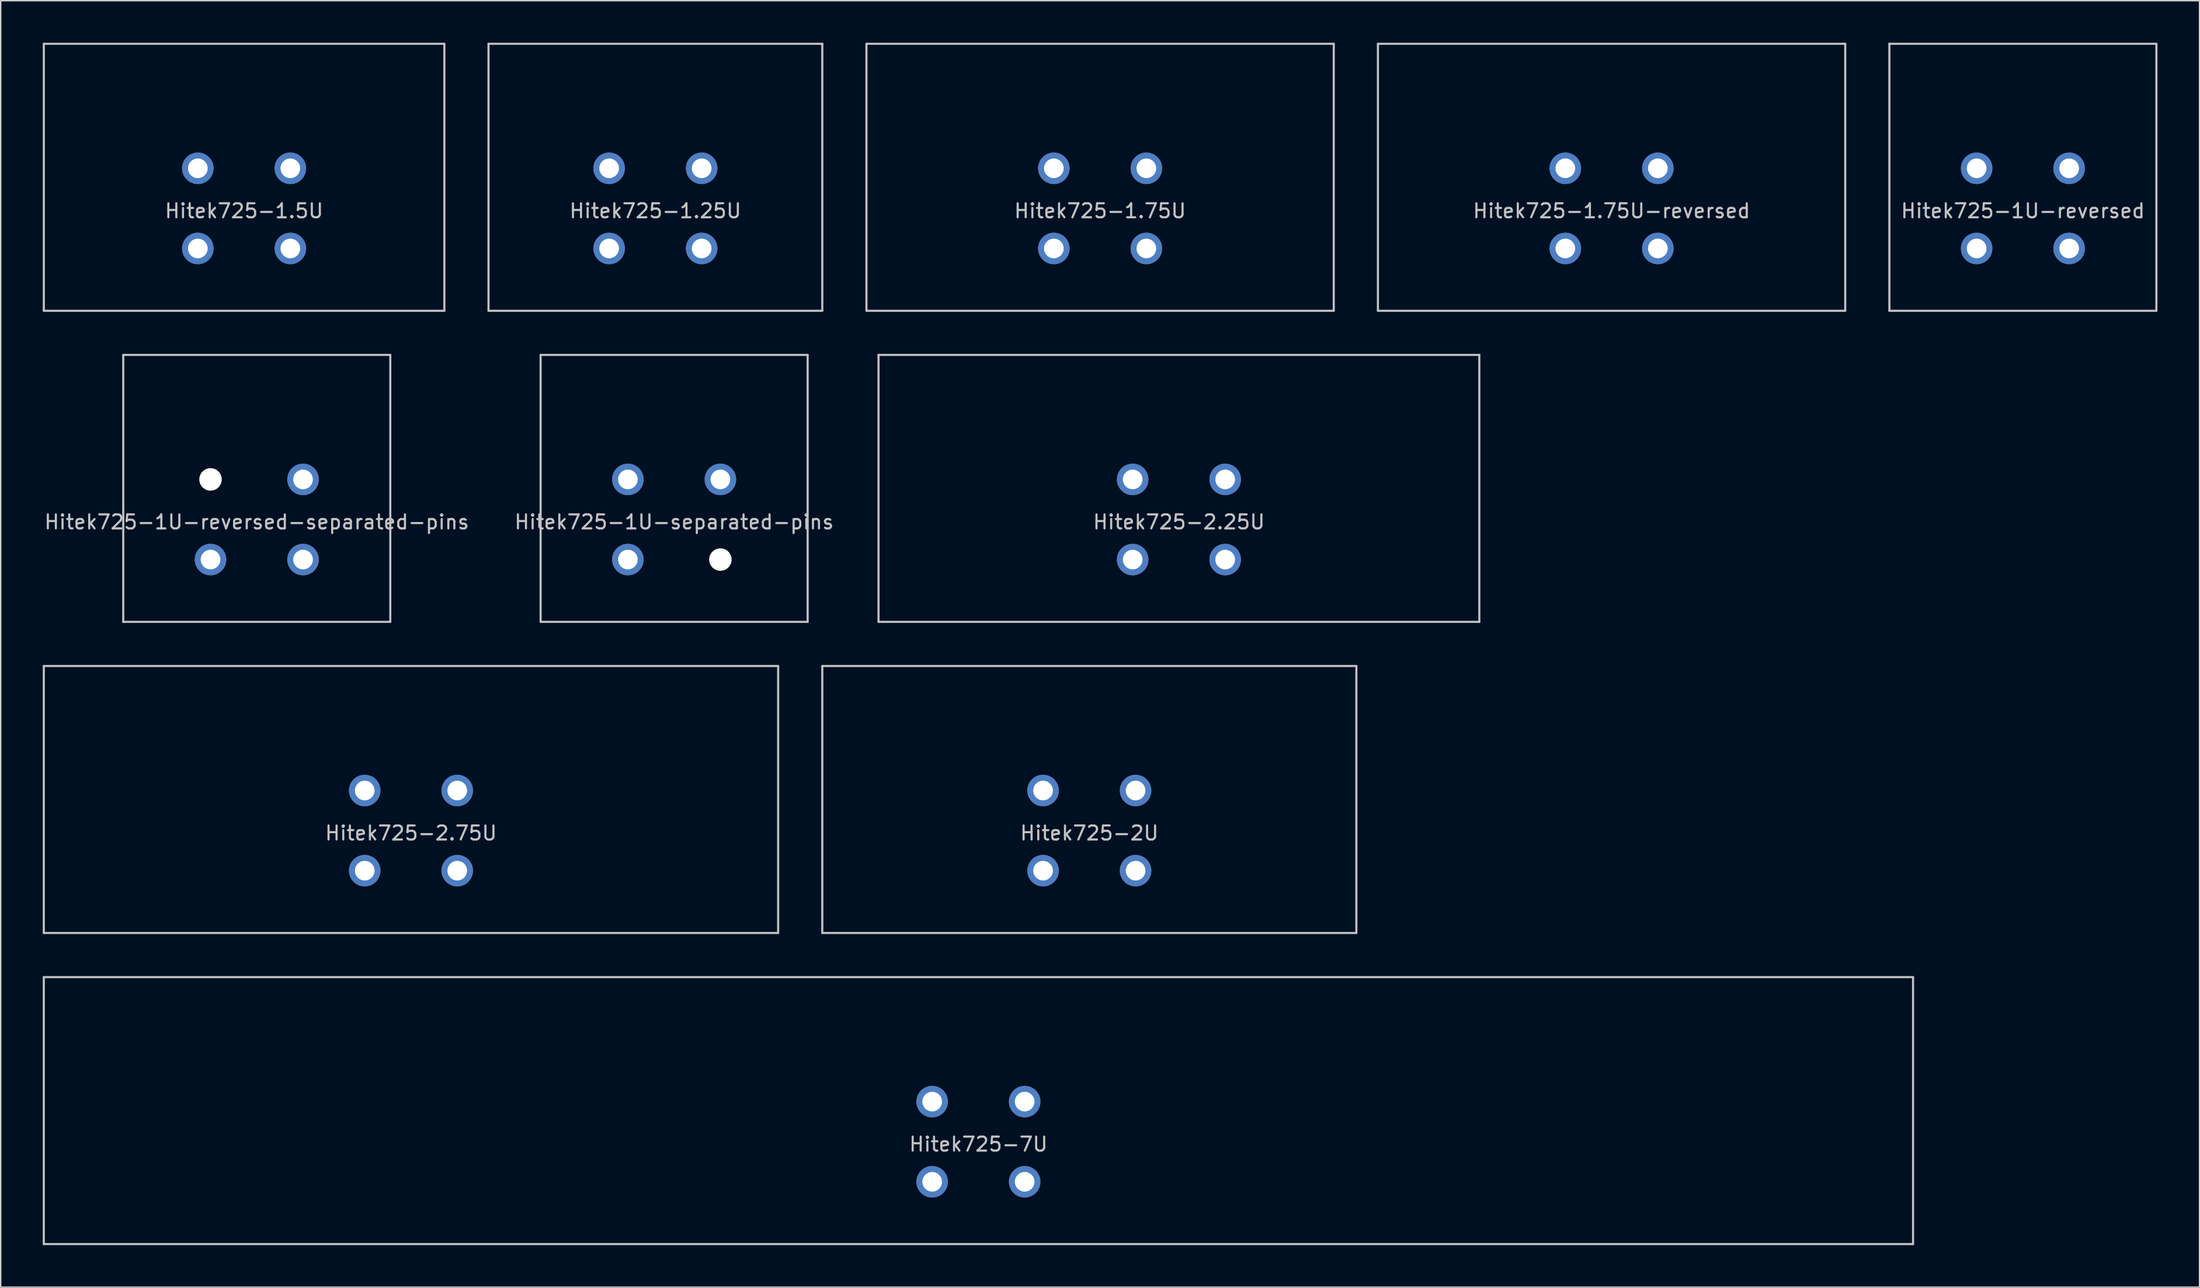
<source format=kicad_pcb>
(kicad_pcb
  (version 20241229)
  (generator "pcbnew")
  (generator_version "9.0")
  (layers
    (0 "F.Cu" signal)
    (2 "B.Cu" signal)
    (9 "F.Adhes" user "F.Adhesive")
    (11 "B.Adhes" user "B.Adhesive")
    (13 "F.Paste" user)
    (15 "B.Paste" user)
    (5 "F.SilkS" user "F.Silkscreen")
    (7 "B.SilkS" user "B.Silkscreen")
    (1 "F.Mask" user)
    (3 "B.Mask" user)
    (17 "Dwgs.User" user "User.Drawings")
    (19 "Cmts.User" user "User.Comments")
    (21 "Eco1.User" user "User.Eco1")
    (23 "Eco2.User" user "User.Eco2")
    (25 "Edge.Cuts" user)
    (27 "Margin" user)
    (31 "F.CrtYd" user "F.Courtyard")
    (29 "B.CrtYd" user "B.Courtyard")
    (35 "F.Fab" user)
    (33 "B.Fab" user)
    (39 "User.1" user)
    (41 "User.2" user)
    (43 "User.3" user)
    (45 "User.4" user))
  (footprint "Hitek725-7U"
    (layer "F.Cu")
    (at 66.75 76.2)
    (property "Reference" "Hitek725-7U" (at 0 2.4 0) (layer "Dwgs.User") (effects (font (size 1 1) (thickness 0.15))))
    (fp_line (start -66.675 -9.525) (end 66.675 -9.525) (stroke (width 0.15) (type solid)) (layer "Dwgs.User"))
    (fp_line (start -66.675 9.525) (end -66.675 -9.525) (stroke (width 0.15) (type solid)) (layer "Dwgs.User"))
    (fp_line (start 66.675 -9.525) (end 66.675 9.525) (stroke (width 0.15) (type solid)) (layer "Dwgs.User"))
    (fp_line (start 66.675 9.525) (end -66.675 9.525) (stroke (width 0.15) (type solid)) (layer "Dwgs.User"))
    (pad "1" thru_hole circle (at -3.3 -0.64) (size 2.25 2.25) (drill 1.4) (layers "*.Cu" "*.Mask"))
    (pad "1" thru_hole circle (at -3.3 5.08) (size 2.25 2.25) (drill 1.4) (layers "*.Cu" "*.Mask"))
    (pad "2" thru_hole circle (at 3.3 -0.64) (size 2.25 2.25) (drill 1.4) (layers "*.Cu" "*.Mask"))
    (pad "2" thru_hole circle (at 3.3 5.08) (size 2.25 2.25) (drill 1.4) (layers "*.Cu" "*.Mask")))
  (footprint "Hitek725-2U"
    (layer "F.Cu")
    (at 74.662 54)
    (property "Reference" "Hitek725-2U" (at 0 2.4 0) (layer "Dwgs.User") (effects (font (size 1 1) (thickness 0.15))))
    (fp_line (start -19.05 -9.525) (end 19.05 -9.525) (stroke (width 0.15) (type solid)) (layer "Dwgs.User"))
    (fp_line (start -19.05 9.525) (end -19.05 -9.525) (stroke (width 0.15) (type solid)) (layer "Dwgs.User"))
    (fp_line (start 19.05 -9.525) (end 19.05 9.525) (stroke (width 0.15) (type solid)) (layer "Dwgs.User"))
    (fp_line (start 19.05 9.525) (end -19.05 9.525) (stroke (width 0.15) (type solid)) (layer "Dwgs.User"))
    (pad "1" thru_hole circle (at -3.3 -0.64) (size 2.25 2.25) (drill 1.4) (layers "*.Cu" "*.Mask"))
    (pad "1" thru_hole circle (at -3.3 5.08) (size 2.25 2.25) (drill 1.4) (layers "*.Cu" "*.Mask"))
    (pad "2" thru_hole circle (at 3.3 -0.64) (size 2.25 2.25) (drill 1.4) (layers "*.Cu" "*.Mask"))
    (pad "2" thru_hole circle (at 3.3 5.08) (size 2.25 2.25) (drill 1.4) (layers "*.Cu" "*.Mask")))
  (footprint "Hitek725-1U-reversed-separated-pins"
    (layer "F.Cu")
    (at 15.268 31.8)
    (property "Reference" "Hitek725-1U-reversed-separated-pins" (at 0 2.4 0) (layer "Dwgs.User") (effects (font (size 1 1) (thickness 0.15))))
    (fp_line (start -9.525 -9.525) (end 9.525 -9.525) (stroke (width 0.15) (type solid)) (layer "Dwgs.User"))
    (fp_line (start -9.525 9.525) (end -9.525 -9.525) (stroke (width 0.15) (type solid)) (layer "Dwgs.User"))
    (fp_line (start 9.525 -9.525) (end 9.525 9.525) (stroke (width 0.15) (type solid)) (layer "Dwgs.User"))
    (fp_line (start 9.525 9.525) (end -9.525 9.525) (stroke (width 0.15) (type solid)) (layer "Dwgs.User"))
    (pad "" np_thru_hole circle (at -3.3 -0.64) (size 1.6 1.6) (drill 1.6) (layers "*.Cu" "*.Mask"))
    (pad "1" thru_hole circle (at 3.3 -0.64) (size 2.25 2.25) (drill 1.4) (layers "*.Cu" "*.Mask"))
    (pad "1" thru_hole circle (at 3.3 5.08) (size 2.25 2.25) (drill 1.4) (layers "*.Cu" "*.Mask"))
    (pad "2" thru_hole circle (at -3.3 5.08) (size 2.25 2.25) (drill 1.4) (layers "*.Cu" "*.Mask")))
  (footprint "Hitek725-1.25U"
    (layer "F.Cu")
    (at 43.706 9.6)
    (property "Reference" "Hitek725-1.25U" (at 0 2.4 0) (layer "Dwgs.User") (effects (font (size 1 1) (thickness 0.15))))
    (fp_line (start -11.906 -9.525) (end 11.906 -9.525) (stroke (width 0.15) (type solid)) (layer "Dwgs.User"))
    (fp_line (start -11.906 9.525) (end -11.906 -9.525) (stroke (width 0.15) (type solid)) (layer "Dwgs.User"))
    (fp_line (start 11.906 -9.525) (end 11.906 9.525) (stroke (width 0.15) (type solid)) (layer "Dwgs.User"))
    (fp_line (start 11.906 9.525) (end -11.906 9.525) (stroke (width 0.15) (type solid)) (layer "Dwgs.User"))
    (pad "1" thru_hole circle (at -3.3 -0.64) (size 2.25 2.25) (drill 1.4) (layers "*.Cu" "*.Mask"))
    (pad "1" thru_hole circle (at -3.3 5.08) (size 2.25 2.25) (drill 1.4) (layers "*.Cu" "*.Mask"))
    (pad "2" thru_hole circle (at 3.3 -0.64) (size 2.25 2.25) (drill 1.4) (layers "*.Cu" "*.Mask"))
    (pad "2" thru_hole circle (at 3.3 5.08) (size 2.25 2.25) (drill 1.4) (layers "*.Cu" "*.Mask")))
  (footprint "Hitek725-1.75U-reversed"
    (layer "F.Cu")
    (at 111.919 9.6)
    (property "Reference" "Hitek725-1.75U-reversed" (at 0 2.4 0) (layer "Dwgs.User") (effects (font (size 1 1) (thickness 0.15))))
    (fp_line (start -16.669 -9.525) (end 16.669 -9.525) (stroke (width 0.15) (type solid)) (layer "Dwgs.User"))
    (fp_line (start -16.669 9.525) (end -16.669 -9.525) (stroke (width 0.15) (type solid)) (layer "Dwgs.User"))
    (fp_line (start 16.669 -9.525) (end 16.669 9.525) (stroke (width 0.15) (type solid)) (layer "Dwgs.User"))
    (fp_line (start 16.669 9.525) (end -16.669 9.525) (stroke (width 0.15) (type solid)) (layer "Dwgs.User"))
    (pad "1" thru_hole circle (at 3.3 -0.64) (size 2.25 2.25) (drill 1.4) (layers "*.Cu" "*.Mask"))
    (pad "1" thru_hole circle (at 3.3 5.08) (size 2.25 2.25) (drill 1.4) (layers "*.Cu" "*.Mask"))
    (pad "2" thru_hole circle (at -3.3 -0.64) (size 2.25 2.25) (drill 1.4) (layers "*.Cu" "*.Mask"))
    (pad "2" thru_hole circle (at -3.3 5.08) (size 2.25 2.25) (drill 1.4) (layers "*.Cu" "*.Mask")))
  (footprint "Hitek725-2.25U"
    (layer "F.Cu")
    (at 81.054 31.8)
    (property "Reference" "Hitek725-2.25U" (at 0 2.4 0) (layer "Dwgs.User") (effects (font (size 1 1) (thickness 0.15))))
    (fp_line (start -21.431 -9.525) (end 21.431 -9.525) (stroke (width 0.15) (type solid)) (layer "Dwgs.User"))
    (fp_line (start -21.431 9.525) (end -21.431 -9.525) (stroke (width 0.15) (type solid)) (layer "Dwgs.User"))
    (fp_line (start 21.431 -9.525) (end 21.431 9.525) (stroke (width 0.15) (type solid)) (layer "Dwgs.User"))
    (fp_line (start 21.431 9.525) (end -21.431 9.525) (stroke (width 0.15) (type solid)) (layer "Dwgs.User"))
    (pad "1" thru_hole circle (at -3.3 -0.64) (size 2.25 2.25) (drill 1.4) (layers "*.Cu" "*.Mask"))
    (pad "1" thru_hole circle (at -3.3 5.08) (size 2.25 2.25) (drill 1.4) (layers "*.Cu" "*.Mask"))
    (pad "2" thru_hole circle (at 3.3 -0.64) (size 2.25 2.25) (drill 1.4) (layers "*.Cu" "*.Mask"))
    (pad "2" thru_hole circle (at 3.3 5.08) (size 2.25 2.25) (drill 1.4) (layers "*.Cu" "*.Mask")))
  (footprint "Hitek725-1.75U"
    (layer "F.Cu")
    (at 75.431 9.6)
    (property "Reference" "Hitek725-1.75U" (at 0 2.4 0) (layer "Dwgs.User") (effects (font (size 1 1) (thickness 0.15))))
    (fp_line (start -16.669 -9.525) (end 16.669 -9.525) (stroke (width 0.15) (type solid)) (layer "Dwgs.User"))
    (fp_line (start -16.669 9.525) (end -16.669 -9.525) (stroke (width 0.15) (type solid)) (layer "Dwgs.User"))
    (fp_line (start 16.669 -9.525) (end 16.669 9.525) (stroke (width 0.15) (type solid)) (layer "Dwgs.User"))
    (fp_line (start 16.669 9.525) (end -16.669 9.525) (stroke (width 0.15) (type solid)) (layer "Dwgs.User"))
    (pad "1" thru_hole circle (at -3.3 -0.64) (size 2.25 2.25) (drill 1.4) (layers "*.Cu" "*.Mask"))
    (pad "1" thru_hole circle (at -3.3 5.08) (size 2.25 2.25) (drill 1.4) (layers "*.Cu" "*.Mask"))
    (pad "2" thru_hole circle (at 3.3 -0.64) (size 2.25 2.25) (drill 1.4) (layers "*.Cu" "*.Mask"))
    (pad "2" thru_hole circle (at 3.3 5.08) (size 2.25 2.25) (drill 1.4) (layers "*.Cu" "*.Mask")))
  (footprint "Hitek725-2.75U"
    (layer "F.Cu")
    (at 26.269 54)
    (property "Reference" "Hitek725-2.75U" (at 0 2.4 0) (layer "Dwgs.User") (effects (font (size 1 1) (thickness 0.15))))
    (fp_line (start -26.194 -9.525) (end 26.194 -9.525) (stroke (width 0.15) (type solid)) (layer "Dwgs.User"))
    (fp_line (start -26.194 9.525) (end -26.194 -9.525) (stroke (width 0.15) (type solid)) (layer "Dwgs.User"))
    (fp_line (start 26.194 -9.525) (end 26.194 9.525) (stroke (width 0.15) (type solid)) (layer "Dwgs.User"))
    (fp_line (start 26.194 9.525) (end -26.194 9.525) (stroke (width 0.15) (type solid)) (layer "Dwgs.User"))
    (pad "1" thru_hole circle (at -3.3 -0.64) (size 2.25 2.25) (drill 1.4) (layers "*.Cu" "*.Mask"))
    (pad "1" thru_hole circle (at -3.3 5.08) (size 2.25 2.25) (drill 1.4) (layers "*.Cu" "*.Mask"))
    (pad "2" thru_hole circle (at 3.3 -0.64) (size 2.25 2.25) (drill 1.4) (layers "*.Cu" "*.Mask"))
    (pad "2" thru_hole circle (at 3.3 5.08) (size 2.25 2.25) (drill 1.4) (layers "*.Cu" "*.Mask")))
  (footprint "Hitek725-1.5U"
    (layer "F.Cu")
    (at 14.363 9.6)
    (property "Reference" "Hitek725-1.5U" (at 0 2.4 0) (layer "Dwgs.User") (effects (font (size 1 1) (thickness 0.15))))
    (fp_line (start -14.287 -9.525) (end 14.287 -9.525) (stroke (width 0.15) (type solid)) (layer "Dwgs.User"))
    (fp_line (start -14.287 9.525) (end -14.287 -9.525) (stroke (width 0.15) (type solid)) (layer "Dwgs.User"))
    (fp_line (start 14.287 -9.525) (end 14.287 9.525) (stroke (width 0.15) (type solid)) (layer "Dwgs.User"))
    (fp_line (start 14.287 9.525) (end -14.287 9.525) (stroke (width 0.15) (type solid)) (layer "Dwgs.User"))
    (pad "1" thru_hole circle (at -3.3 -0.64) (size 2.25 2.25) (drill 1.4) (layers "*.Cu" "*.Mask"))
    (pad "1" thru_hole circle (at -3.3 5.08) (size 2.25 2.25) (drill 1.4) (layers "*.Cu" "*.Mask"))
    (pad "2" thru_hole circle (at 3.3 -0.64) (size 2.25 2.25) (drill 1.4) (layers "*.Cu" "*.Mask"))
    (pad "2" thru_hole circle (at 3.3 5.08) (size 2.25 2.25) (drill 1.4) (layers "*.Cu" "*.Mask")))
  (footprint "Hitek725-1U-reversed"
    (layer "F.Cu")
    (at 141.262 9.6)
    (property "Reference" "Hitek725-1U-reversed" (at 0 2.4 0) (layer "Dwgs.User") (effects (font (size 1 1) (thickness 0.15))))
    (fp_line (start -9.525 -9.525) (end 9.525 -9.525) (stroke (width 0.15) (type solid)) (layer "Dwgs.User"))
    (fp_line (start -9.525 9.525) (end -9.525 -9.525) (stroke (width 0.15) (type solid)) (layer "Dwgs.User"))
    (fp_line (start 9.525 -9.525) (end 9.525 9.525) (stroke (width 0.15) (type solid)) (layer "Dwgs.User"))
    (fp_line (start 9.525 9.525) (end -9.525 9.525) (stroke (width 0.15) (type solid)) (layer "Dwgs.User"))
    (pad "1" thru_hole circle (at 3.3 -0.64) (size 2.25 2.25) (drill 1.4) (layers "*.Cu" "*.Mask"))
    (pad "1" thru_hole circle (at 3.3 5.08) (size 2.25 2.25) (drill 1.4) (layers "*.Cu" "*.Mask"))
    (pad "2" thru_hole circle (at -3.3 -0.64) (size 2.25 2.25) (drill 1.4) (layers "*.Cu" "*.Mask"))
    (pad "2" thru_hole circle (at -3.3 5.08) (size 2.25 2.25) (drill 1.4) (layers "*.Cu" "*.Mask")))
  (footprint "Hitek725-1U-separated-pins"
    (layer "F.Cu")
    (at 45.042 31.8)
    (property "Reference" "Hitek725-1U-separated-pins" (at 0 2.4 0) (layer "Dwgs.User") (effects (font (size 1 1) (thickness 0.15))))
    (fp_line (start -9.525 -9.525) (end 9.525 -9.525) (stroke (width 0.15) (type solid)) (layer "Dwgs.User"))
    (fp_line (start -9.525 9.525) (end -9.525 -9.525) (stroke (width 0.15) (type solid)) (layer "Dwgs.User"))
    (fp_line (start 9.525 -9.525) (end 9.525 9.525) (stroke (width 0.15) (type solid)) (layer "Dwgs.User"))
    (fp_line (start 9.525 9.525) (end -9.525 9.525) (stroke (width 0.15) (type solid)) (layer "Dwgs.User"))
    (pad "" np_thru_hole circle (at 3.3 5.08) (size 1.6 1.6) (drill 1.6) (layers "*.Cu" "*.Mask"))
    (pad "1" thru_hole circle (at -3.3 -0.64) (size 2.25 2.25) (drill 1.4) (layers "*.Cu" "*.Mask"))
    (pad "1" thru_hole circle (at -3.3 5.08) (size 2.25 2.25) (drill 1.4) (layers "*.Cu" "*.Mask"))
    (pad "2" thru_hole circle (at 3.3 -0.64) (size 2.25 2.25) (drill 1.4) (layers "*.Cu" "*.Mask")))
  (gr_rect
    (start -3 -3)
    (end 153.863 88.8)
    (stroke (width 0.1) (type default))
    (fill no)
    (layer "Edge.Cuts")))
</source>
